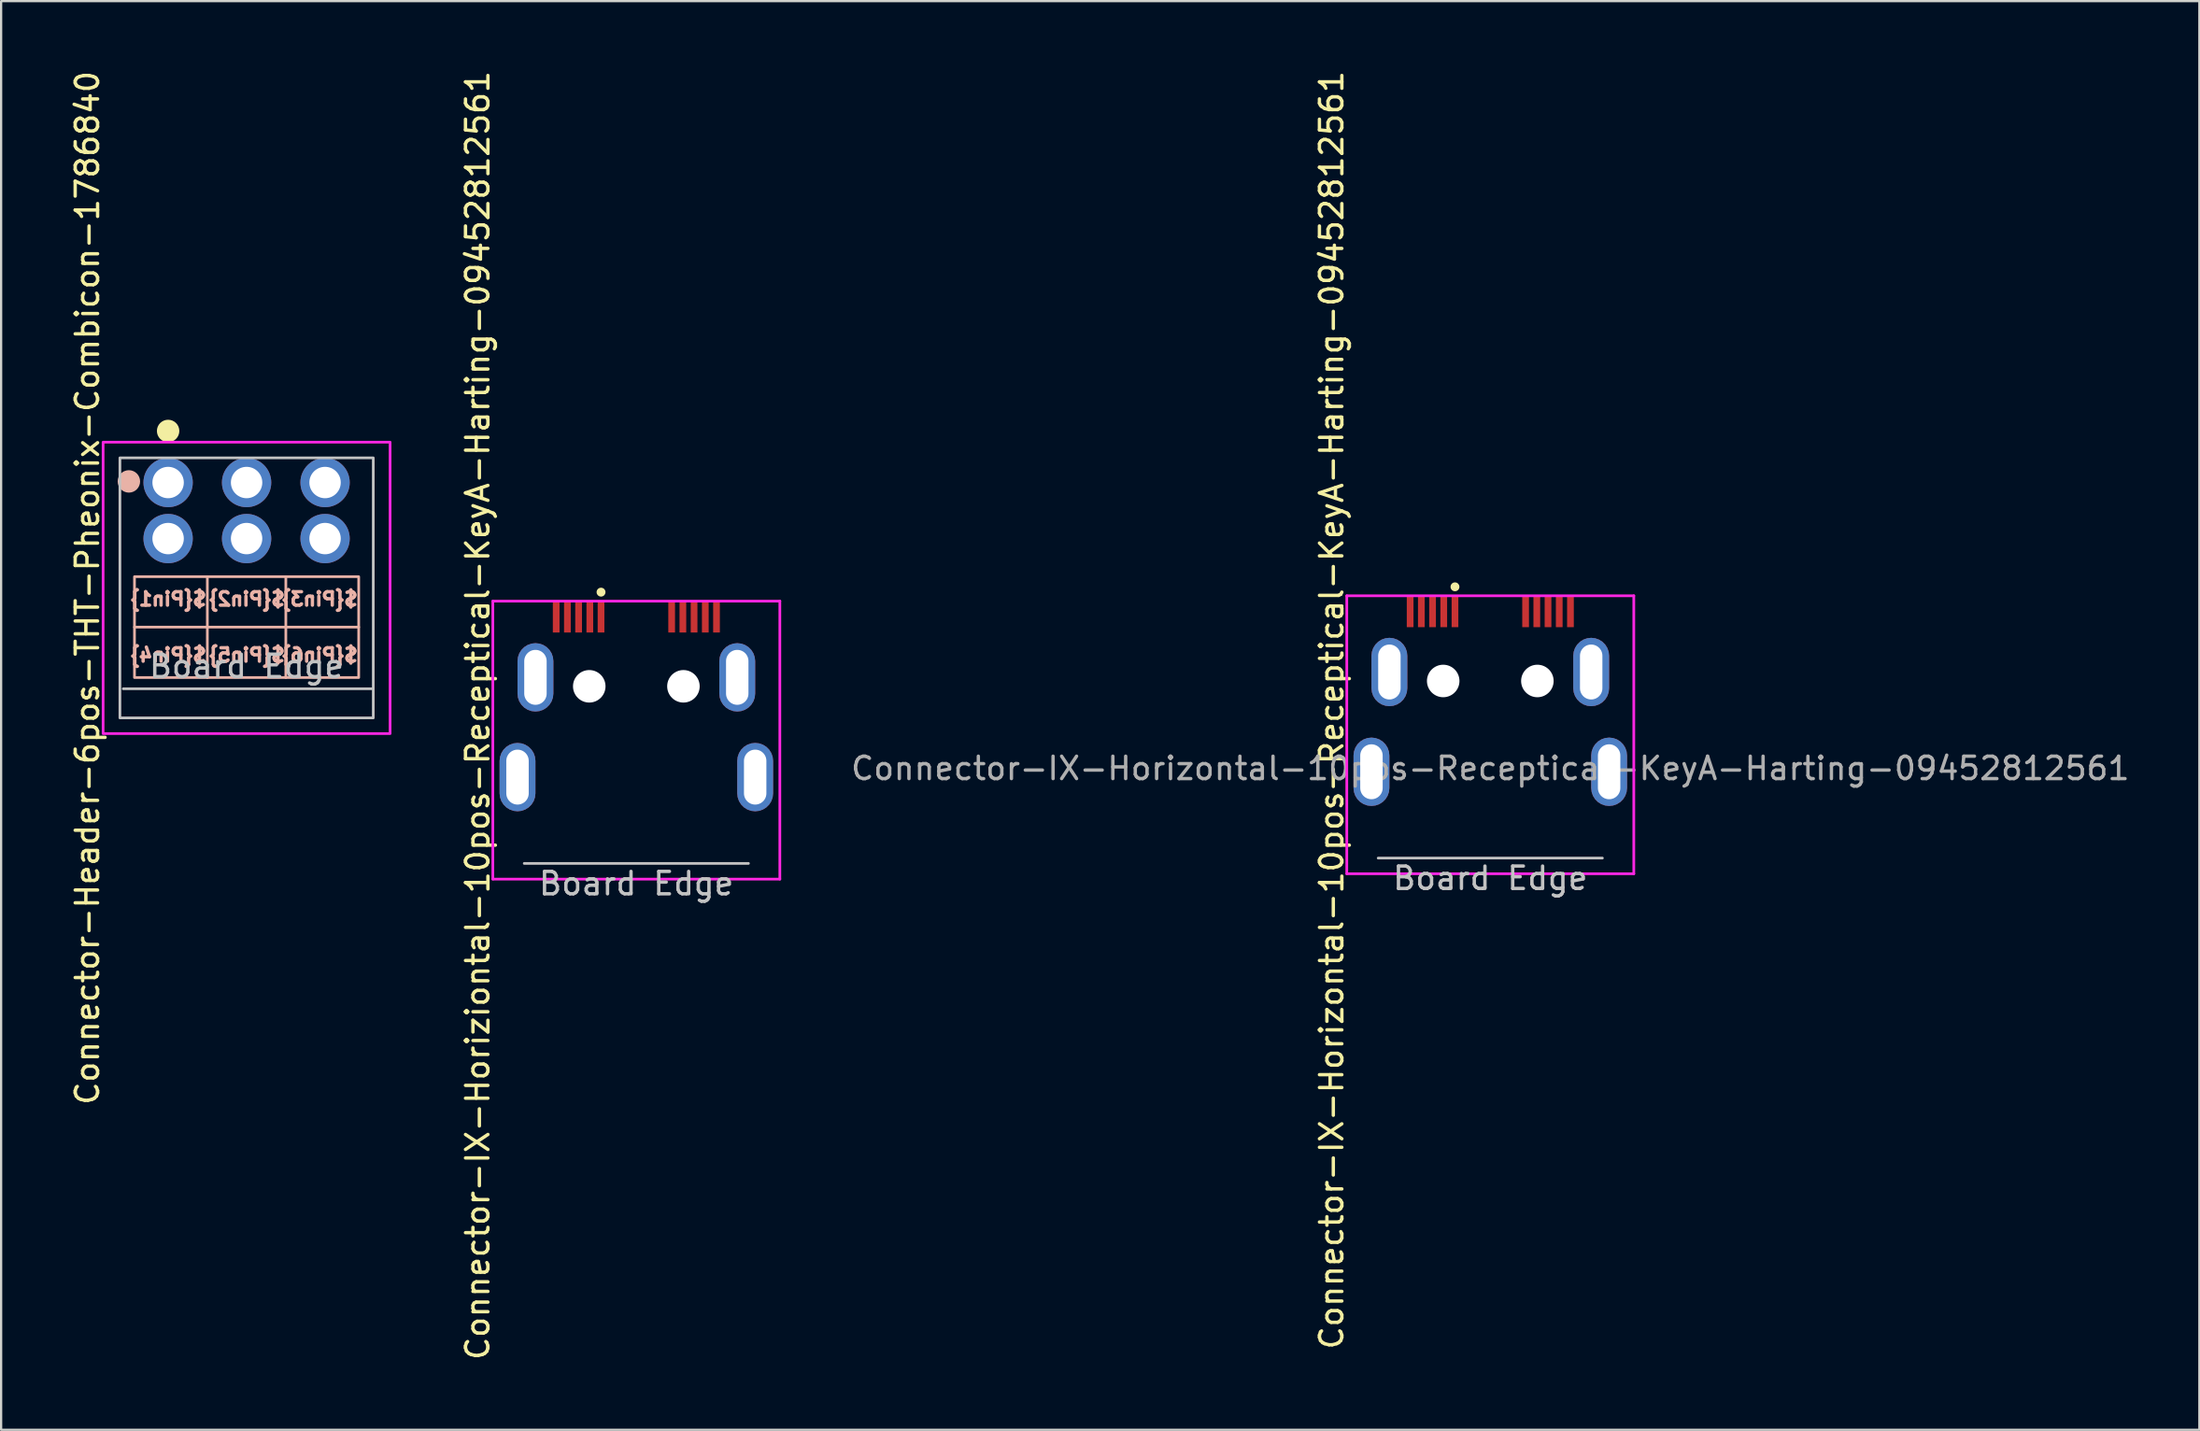
<source format=kicad_pcb>
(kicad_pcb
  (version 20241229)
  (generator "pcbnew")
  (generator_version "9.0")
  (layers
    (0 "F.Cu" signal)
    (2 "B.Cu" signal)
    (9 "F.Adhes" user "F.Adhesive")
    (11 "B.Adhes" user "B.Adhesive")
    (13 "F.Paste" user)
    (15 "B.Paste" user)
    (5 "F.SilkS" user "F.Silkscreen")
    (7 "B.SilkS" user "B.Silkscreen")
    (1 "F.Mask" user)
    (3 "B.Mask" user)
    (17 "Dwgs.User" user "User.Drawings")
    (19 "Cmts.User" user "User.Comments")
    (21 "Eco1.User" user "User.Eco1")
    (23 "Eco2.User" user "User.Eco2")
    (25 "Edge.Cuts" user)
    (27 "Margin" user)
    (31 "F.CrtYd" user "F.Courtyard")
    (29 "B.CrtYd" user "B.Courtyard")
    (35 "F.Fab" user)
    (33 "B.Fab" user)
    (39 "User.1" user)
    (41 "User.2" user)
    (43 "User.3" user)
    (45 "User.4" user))
  (footprint "Connector-IX-Horiziontal-10pos-Receptical-KeyA-Harting-09452812561"
    (layer "F.Cu")
    (at 25.331 28.863)
    (property "Reference" "Connector-IX-Horiziontal-10pos-Receptical-KeyA-Harting-09452812561" (at -7.075 0 90) (layer "F.SilkS") (effects (font (size 1 1) (thickness 0.15))))
    (attr through_hole)
    (fp_circle (center -1.575 -5.5) (end -1.475 -5.5) (stroke (width 0.2) (type solid)) (fill no) (layer "F.SilkS"))
    (fp_poly (pts (xy -4.55 3.975) (xy -6.05 3.975) (xy -6.05 1.475) (xy -4.55 1.475)) (stroke (width 0.1) (type solid)) (fill yes) (layer "F.Paste"))
    (fp_poly (pts (xy -3.75 -0.475) (xy -5.25 -0.475) (xy -5.25 -2.975) (xy -3.75 -2.975)) (stroke (width 0.1) (type solid)) (fill yes) (layer "F.Paste"))
    (fp_poly (pts (xy 5.25 -0.5) (xy 3.75 -0.5) (xy 3.75 -3) (xy 5.25 -3)) (stroke (width 0.1) (type solid)) (fill yes) (layer "F.Paste"))
    (fp_poly (pts (xy 6.05 4.025) (xy 4.55 4.025) (xy 4.55 1.525) (xy 6.05 1.525)) (stroke (width 0.1) (type solid)) (fill yes) (layer "F.Paste"))
    (fp_line (start -5 6.6) (end 5 6.6) (stroke (width 0.12) (type solid)) (layer "Dwgs.User"))
    (fp_line (start -6.4 -5.1) (end 6.4 -5.1) (stroke (width 0.12) (type solid)) (layer "F.CrtYd"))
    (fp_line (start -6.4 7.3) (end -6.4 -5.1) (stroke (width 0.12) (type solid)) (layer "F.CrtYd"))
    (fp_line (start 6.4 -5.1) (end 6.4 7.3) (stroke (width 0.12) (type solid)) (layer "F.CrtYd"))
    (fp_line (start 6.4 7.3) (end -6.4 7.3) (stroke (width 0.12) (type solid)) (layer "F.CrtYd"))
    (fp_text user "Board Edge" (at 0 7.5 0) (layer "Dwgs.User") (effects (font (size 1 1) (thickness 0.15))))
    (pad "" np_thru_hole circle (at -2.1 -1.3) (size 1.45 1.45) (drill 1.45) (layers "*.Cu" "*.Mask"))
    (pad "" np_thru_hole circle (at 2.1 -1.3) (size 1.45 1.45) (drill 1.45) (layers "*.Cu" "*.Mask"))
    (pad "1" smd rect (at -1.575 -4.4) (size 0.3 1.4) (layers "F.Cu" "F.Mask" "F.Paste"))
    (pad "2" smd rect (at -2.075 -4.4) (size 0.3 1.4) (layers "F.Cu" "F.Mask" "F.Paste"))
    (pad "3" smd rect (at -2.575 -4.4) (size 0.3 1.4) (layers "F.Cu" "F.Mask" "F.Paste"))
    (pad "4" smd rect (at -3.075 -4.4) (size 0.3 1.4) (layers "F.Cu" "F.Mask" "F.Paste"))
    (pad "5" smd rect (at -3.575 -4.4) (size 0.3 1.4) (layers "F.Cu" "F.Mask" "F.Paste"))
    (pad "6" smd rect (at 1.575 -4.4) (size 0.3 1.4) (layers "F.Cu" "F.Mask" "F.Paste"))
    (pad "7" smd rect (at 2.075 -4.4) (size 0.3 1.4) (layers "F.Cu" "F.Mask" "F.Paste"))
    (pad "8" smd rect (at 2.575 -4.4) (size 0.3 1.4) (layers "F.Cu" "F.Mask" "F.Paste"))
    (pad "9" smd rect (at 3.075 -4.4) (size 0.3 1.4) (layers "F.Cu" "F.Mask" "F.Paste"))
    (pad "10" smd rect (at 3.575 -4.4) (size 0.3 1.4) (layers "F.Cu" "F.Mask" "F.Paste"))
    (pad "SH" thru_hole roundrect (at -5.3 2.75) (size 1.6 3.05) (drill oval 1 2.45) (layers "*.Cu" "*.Mask") (roundrect_rratio 0.5))
    (pad "SH" thru_hole roundrect (at -4.5 -1.7) (size 1.6 3.05) (drill oval 1 2.45) (layers "*.Cu" "*.Mask") (roundrect_rratio 0.5))
    (pad "SH" thru_hole roundrect (at 4.5 -1.7) (size 1.6 3.05) (drill oval 1 2.45) (layers "*.Cu" "*.Mask") (roundrect_rratio 0.5))
    (pad "SH" thru_hole roundrect (at 5.3 2.75) (size 1.6 3.05) (drill oval 1 2.45) (layers "*.Cu" "*.Mask") (roundrect_rratio 0.5)))
  (footprint "Connector-IX-Horizontal-10pos-Receptical-KeyA-Harting-09452812561"
    (layer "F.Cu")
    (at 63.417 28.625)
    (property "Reference" "Connector-IX-Horizontal-10pos-Receptical-KeyA-Harting-09452812561" (at -7.075 0 90) (layer "F.SilkS") (effects (font (size 1 1) (thickness 0.15))))
    (attr through_hole)
    (fp_circle (center -1.575 -5.5) (end -1.475 -5.5) (stroke (width 0.2) (type solid)) (fill no) (layer "F.SilkS"))
    (fp_poly (pts (xy -4.55 3.975) (xy -6.05 3.975) (xy -6.05 1.475) (xy -4.55 1.475)) (stroke (width 0.1) (type solid)) (fill yes) (layer "F.Paste"))
    (fp_poly (pts (xy -3.75 -0.475) (xy -5.25 -0.475) (xy -5.25 -2.975) (xy -3.75 -2.975)) (stroke (width 0.1) (type solid)) (fill yes) (layer "F.Paste"))
    (fp_poly (pts (xy 5.25 -0.5) (xy 3.75 -0.5) (xy 3.75 -3) (xy 5.25 -3)) (stroke (width 0.1) (type solid)) (fill yes) (layer "F.Paste"))
    (fp_poly (pts (xy 6.05 4.025) (xy 4.55 4.025) (xy 4.55 1.525) (xy 6.05 1.525)) (stroke (width 0.1) (type solid)) (fill yes) (layer "F.Paste"))
    (fp_line (start -5 6.6) (end 5 6.6) (stroke (width 0.12) (type solid)) (layer "Dwgs.User"))
    (fp_line (start -6.4 -5.1) (end 6.4 -5.1) (stroke (width 0.12) (type solid)) (layer "F.CrtYd"))
    (fp_line (start -6.4 7.3) (end -6.4 -5.1) (stroke (width 0.12) (type solid)) (layer "F.CrtYd"))
    (fp_line (start 6.4 -5.1) (end 6.4 7.3) (stroke (width 0.12) (type solid)) (layer "F.CrtYd"))
    (fp_line (start 6.4 7.3) (end -6.4 7.3) (stroke (width 0.12) (type solid)) (layer "F.CrtYd"))
    (fp_text user "Board Edge" (at 0 7.5 0) (layer "Dwgs.User") (effects (font (size 1 1) (thickness 0.15))))
    (fp_text user "${REFERENCE}" (at 0 2.6 0) (layer "F.Fab") (effects (font (size 1 1) (thickness 0.15))))
    (pad "" np_thru_hole circle (at -2.1 -1.3) (size 1.45 1.45) (drill 1.45) (layers "*.Cu" "*.Mask"))
    (pad "" np_thru_hole circle (at 2.1 -1.3) (size 1.45 1.45) (drill 1.45) (layers "*.Cu" "*.Mask"))
    (pad "1" smd rect (at -1.575 -4.4) (size 0.3 1.4) (layers "F.Cu" "F.Mask" "F.Paste"))
    (pad "2" smd rect (at -2.075 -4.4) (size 0.3 1.4) (layers "F.Cu" "F.Mask" "F.Paste"))
    (pad "3" smd rect (at -2.575 -4.4) (size 0.3 1.4) (layers "F.Cu" "F.Mask" "F.Paste"))
    (pad "4" smd rect (at -3.075 -4.4) (size 0.3 1.4) (layers "F.Cu" "F.Mask" "F.Paste"))
    (pad "5" smd rect (at -3.575 -4.4) (size 0.3 1.4) (layers "F.Cu" "F.Mask" "F.Paste"))
    (pad "6" smd rect (at 1.575 -4.4) (size 0.3 1.4) (layers "F.Cu" "F.Mask" "F.Paste"))
    (pad "7" smd rect (at 2.075 -4.4) (size 0.3 1.4) (layers "F.Cu" "F.Mask" "F.Paste"))
    (pad "8" smd rect (at 2.575 -4.4) (size 0.3 1.4) (layers "F.Cu" "F.Mask" "F.Paste"))
    (pad "9" smd rect (at 3.075 -4.4) (size 0.3 1.4) (layers "F.Cu" "F.Mask" "F.Paste"))
    (pad "10" smd rect (at 3.575 -4.4) (size 0.3 1.4) (layers "F.Cu" "F.Mask" "F.Paste"))
    (pad "SH" thru_hole roundrect (at -5.3 2.75) (size 1.6 3.05) (drill oval 1 2.45) (layers "*.Cu" "*.Mask") (roundrect_rratio 0.5))
    (pad "SH" thru_hole roundrect (at -4.5 -1.7) (size 1.6 3.05) (drill oval 1 2.45) (layers "*.Cu" "*.Mask") (roundrect_rratio 0.5))
    (pad "SH" thru_hole roundrect (at 4.5 -1.7) (size 1.6 3.05) (drill oval 1 2.45) (layers "*.Cu" "*.Mask") (roundrect_rratio 0.5))
    (pad "SH" thru_hole roundrect (at 5.3 2.75) (size 1.6 3.05) (drill oval 1 2.45) (layers "*.Cu" "*.Mask") (roundrect_rratio 0.5)))
  (footprint "Connector-Header-6pos-THT-Pheonix-Combicon-1786840"
    (layer "F.Cu")
    (at 7.948 23.173)
    (property "Reference" "Connector-Header-6pos-THT-Pheonix-Combicon-1786840" (at -7.1 0 90) (unlocked yes) (layer "F.SilkS") (effects (font (size 1 1) (thickness 0.15))))
    (attr through_hole)
    (fp_circle (center -3.5 -7) (end -3.25 -7) (stroke (width 0.5) (type solid)) (fill yes) (layer "F.SilkS"))
    (fp_line (start -5 1.75) (end 5 1.75) (stroke (width 0.12) (type solid)) (layer "B.SilkS"))
    (fp_line (start -1.75 -0.5) (end -1.75 4) (stroke (width 0.12) (type solid)) (layer "B.SilkS"))
    (fp_line (start 1.75 -0.5) (end 1.75 4) (stroke (width 0.12) (type solid)) (layer "B.SilkS"))
    (fp_rect (start -5 -0.5) (end 5 4) (stroke (width 0.12) (type solid)) (fill no) (layer "B.SilkS"))
    (fp_circle (center -5.25 -4.75) (end -5 -4.75) (stroke (width 0.5) (type solid)) (fill yes) (layer "B.SilkS"))
    (fp_line (start -5.5 4.5) (end 5.6 4.5) (stroke (width 0.12) (type solid)) (layer "Dwgs.User"))
    (fp_poly (pts (xy 5.65 5.8) (xy 5.65 -5.8) (xy -5.65 -5.8) (xy -5.65 5.8)) (stroke (width 0.12) (type solid)) (fill no) (layer "Dwgs.User"))
    (fp_poly (pts (xy 6.4 6.5) (xy 6.4 -6.5) (xy -6.4 -6.5) (xy -6.4 6.5)) (stroke (width 0.12) (type solid)) (fill no) (layer "F.CrtYd"))
    (fp_text user "${Pin1}" (at -3.5 0.5 0) (unlocked yes) (layer "B.SilkS") (effects (font (size 0.6 0.6) (thickness 0.15)) (justify mirror)))
    (fp_text user "${Pin6}" (at 3.25 3 0) (unlocked yes) (layer "B.SilkS") (effects (font (size 0.6 0.6) (thickness 0.15)) (justify mirror)))
    (fp_text user "${Pin5}" (at 0 3 0) (unlocked yes) (layer "B.SilkS") (effects (font (size 0.6 0.6) (thickness 0.15)) (justify mirror)))
    (fp_text user "${Pin3}" (at 3.25 0.5 0) (unlocked yes) (layer "B.SilkS") (effects (font (size 0.6 0.6) (thickness 0.15)) (justify mirror)))
    (fp_text user "${Pin2}" (at 0 0.5 0) (unlocked yes) (layer "B.SilkS") (effects (font (size 0.6 0.6) (thickness 0.15)) (justify mirror)))
    (fp_text user "${Pin4}" (at -3.5 3 0) (unlocked yes) (layer "B.SilkS") (effects (font (size 0.6 0.6) (thickness 0.15)) (justify mirror)))
    (fp_text user "Board Edge" (at 0 3.5 0) (unlocked yes) (layer "Dwgs.User") (effects (font (size 1 1) (thickness 0.15))))
    (pad "1" thru_hole circle (at -3.5 -4.7) (size 2.2 2.2) (drill 1.4) (layers "*.Cu" "*.Mask"))
    (pad "2" thru_hole circle (at 0 -4.7) (size 2.2 2.2) (drill 1.4) (layers "*.Cu" "*.Mask"))
    (pad "3" thru_hole circle (at 3.5 -4.7) (size 2.2 2.2) (drill 1.4) (layers "*.Cu" "*.Mask"))
    (pad "4" thru_hole circle (at -3.5 -2.2) (size 2.2 2.2) (drill 1.4) (layers "*.Cu" "*.Mask"))
    (pad "5" thru_hole circle (at 0 -2.2) (size 2.2 2.2) (drill 1.4) (layers "*.Cu" "*.Mask"))
    (pad "6" thru_hole circle (at 3.5 -2.2) (size 2.2 2.2) (drill 1.4) (layers "*.Cu" "*.Mask")))
  (gr_rect
    (start -3 -3)
    (end 95.042 60.726)
    (stroke (width 0.1) (type default))
    (fill no)
    (layer "Edge.Cuts")))
</source>
